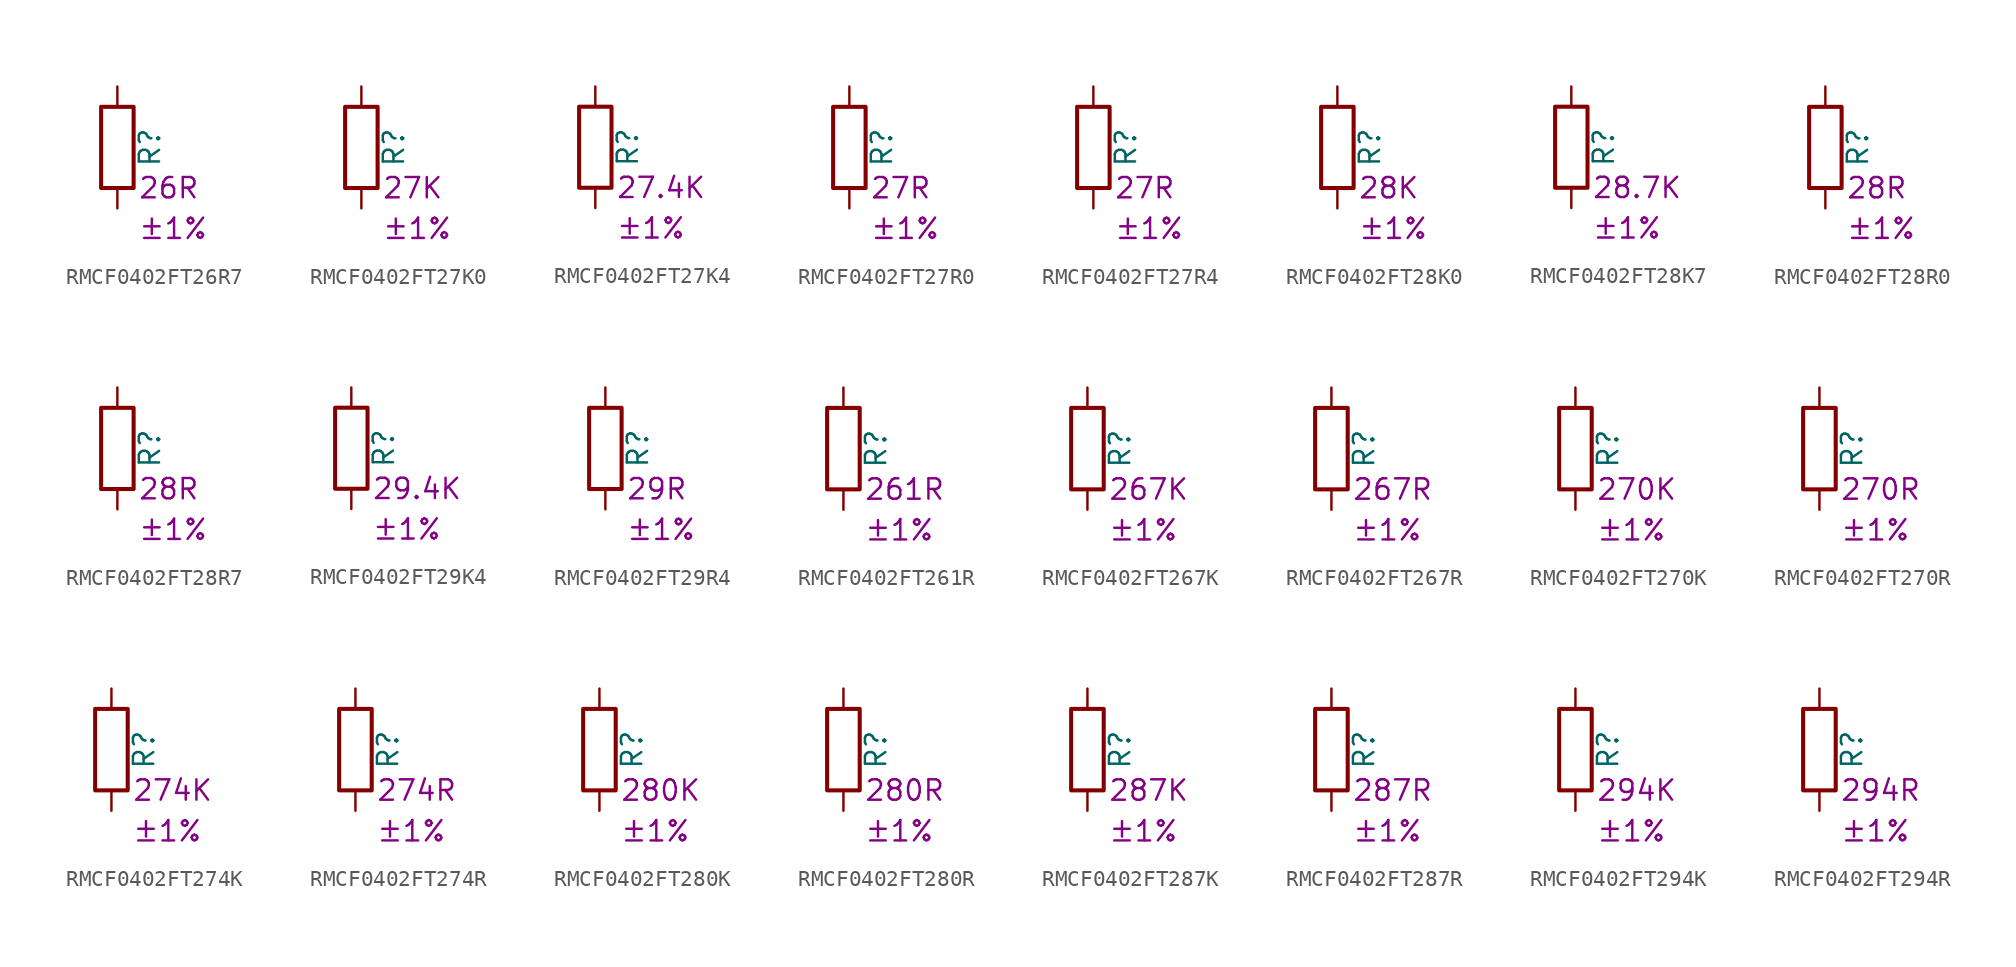
<source format=kicad_sym>
(kicad_symbol_lib
  (version 20220914)
  (generator kicad_symbol_editor)
  (symbol "RMCF0402FT26R7"
    (pin_numbers hide)
    (pin_names
      (offset 0))
    (property "Reference" "R"
      (at 2.032 0 90)
      (effects (font (size 1.27 1.27))))
    (property "Resistance" "26R"
      (at 1.27 -2.54 0)
      (effects (font (size 1.27 1.27)) (justify left)))
    (property "Tolerance" "±1%"
      (at 1.27 -5.08 0)
      (effects (font (size 1.27 1.27)) (justify left)))
    (symbol "RMCF0402FT26R7_0_1"
      (rectangle (start -1.016 -2.54) (end 1.016 2.54) (stroke (width 0.254) (type default)) (fill (type none))))
    (symbol "RMCF0402FT26R7_1_1"
      (pin passive line (at 0 3.81 270) (length 1.27) (name "~" (effects (font (size 1.27 1.27)))) (number "1" (effects (font (size 1.27 1.27)))))
      (pin passive line (at 0 -3.81 90) (length 1.27) (name "~" (effects (font (size 1.27 1.27)))) (number "2" (effects (font (size 1.27 1.27)))))))
  (symbol "RMCF0402FT27K0"
    (pin_numbers hide)
    (pin_names
      (offset 0))
    (property "Reference" "R"
      (at 2.032 0 90)
      (effects (font (size 1.27 1.27))))
    (property "Resistance" "27K"
      (at 1.27 -2.54 0)
      (effects (font (size 1.27 1.27)) (justify left)))
    (property "Tolerance" "±1%"
      (at 1.27 -5.08 0)
      (effects (font (size 1.27 1.27)) (justify left)))
    (symbol "RMCF0402FT27K0_0_1"
      (rectangle (start -1.016 -2.54) (end 1.016 2.54) (stroke (width 0.254) (type default)) (fill (type none))))
    (symbol "RMCF0402FT27K0_1_1"
      (pin passive line (at 0 3.81 270) (length 1.27) (name "~" (effects (font (size 1.27 1.27)))) (number "1" (effects (font (size 1.27 1.27)))))
      (pin passive line (at 0 -3.81 90) (length 1.27) (name "~" (effects (font (size 1.27 1.27)))) (number "2" (effects (font (size 1.27 1.27)))))))
  (symbol "RMCF0402FT27K4"
    (pin_numbers hide)
    (pin_names
      (offset 0))
    (property "Reference" "R"
      (at 2.032 0 90)
      (effects (font (size 1.27 1.27))))
    (property "Resistance" "27.4K"
      (at 1.27 -2.54 0)
      (effects (font (size 1.27 1.27)) (justify left)))
    (property "Tolerance" "±1%"
      (at 1.27 -5.08 0)
      (effects (font (size 1.27 1.27)) (justify left)))
    (symbol "RMCF0402FT27K4_0_1"
      (rectangle (start -1.016 -2.54) (end 1.016 2.54) (stroke (width 0.254) (type default)) (fill (type none))))
    (symbol "RMCF0402FT27K4_1_1"
      (pin passive line (at 0 3.81 270) (length 1.27) (name "~" (effects (font (size 1.27 1.27)))) (number "1" (effects (font (size 1.27 1.27)))))
      (pin passive line (at 0 -3.81 90) (length 1.27) (name "~" (effects (font (size 1.27 1.27)))) (number "2" (effects (font (size 1.27 1.27)))))))
  (symbol "RMCF0402FT27R0"
    (pin_numbers hide)
    (pin_names
      (offset 0))
    (property "Reference" "R"
      (at 2.032 0 90)
      (effects (font (size 1.27 1.27))))
    (property "Resistance" "27R"
      (at 1.27 -2.54 0)
      (effects (font (size 1.27 1.27)) (justify left)))
    (property "Tolerance" "±1%"
      (at 1.27 -5.08 0)
      (effects (font (size 1.27 1.27)) (justify left)))
    (symbol "RMCF0402FT27R0_0_1"
      (rectangle (start -1.016 -2.54) (end 1.016 2.54) (stroke (width 0.254) (type default)) (fill (type none))))
    (symbol "RMCF0402FT27R0_1_1"
      (pin passive line (at 0 3.81 270) (length 1.27) (name "~" (effects (font (size 1.27 1.27)))) (number "1" (effects (font (size 1.27 1.27)))))
      (pin passive line (at 0 -3.81 90) (length 1.27) (name "~" (effects (font (size 1.27 1.27)))) (number "2" (effects (font (size 1.27 1.27)))))))
  (symbol "RMCF0402FT27R4"
    (pin_numbers hide)
    (pin_names
      (offset 0))
    (property "Reference" "R"
      (at 2.032 0 90)
      (effects (font (size 1.27 1.27))))
    (property "Resistance" "27R"
      (at 1.27 -2.54 0)
      (effects (font (size 1.27 1.27)) (justify left)))
    (property "Tolerance" "±1%"
      (at 1.27 -5.08 0)
      (effects (font (size 1.27 1.27)) (justify left)))
    (symbol "RMCF0402FT27R4_0_1"
      (rectangle (start -1.016 -2.54) (end 1.016 2.54) (stroke (width 0.254) (type default)) (fill (type none))))
    (symbol "RMCF0402FT27R4_1_1"
      (pin passive line (at 0 3.81 270) (length 1.27) (name "~" (effects (font (size 1.27 1.27)))) (number "1" (effects (font (size 1.27 1.27)))))
      (pin passive line (at 0 -3.81 90) (length 1.27) (name "~" (effects (font (size 1.27 1.27)))) (number "2" (effects (font (size 1.27 1.27)))))))
  (symbol "RMCF0402FT28K0"
    (pin_numbers hide)
    (pin_names
      (offset 0))
    (property "Reference" "R"
      (at 2.032 0 90)
      (effects (font (size 1.27 1.27))))
    (property "Resistance" "28K"
      (at 1.27 -2.54 0)
      (effects (font (size 1.27 1.27)) (justify left)))
    (property "Tolerance" "±1%"
      (at 1.27 -5.08 0)
      (effects (font (size 1.27 1.27)) (justify left)))
    (symbol "RMCF0402FT28K0_0_1"
      (rectangle (start -1.016 -2.54) (end 1.016 2.54) (stroke (width 0.254) (type default)) (fill (type none))))
    (symbol "RMCF0402FT28K0_1_1"
      (pin passive line (at 0 3.81 270) (length 1.27) (name "~" (effects (font (size 1.27 1.27)))) (number "1" (effects (font (size 1.27 1.27)))))
      (pin passive line (at 0 -3.81 90) (length 1.27) (name "~" (effects (font (size 1.27 1.27)))) (number "2" (effects (font (size 1.27 1.27)))))))
  (symbol "RMCF0402FT28K7"
    (pin_numbers hide)
    (pin_names
      (offset 0))
    (property "Reference" "R"
      (at 2.032 0 90)
      (effects (font (size 1.27 1.27))))
    (property "Resistance" "28.7K"
      (at 1.27 -2.54 0)
      (effects (font (size 1.27 1.27)) (justify left)))
    (property "Tolerance" "±1%"
      (at 1.27 -5.08 0)
      (effects (font (size 1.27 1.27)) (justify left)))
    (symbol "RMCF0402FT28K7_0_1"
      (rectangle (start -1.016 -2.54) (end 1.016 2.54) (stroke (width 0.254) (type default)) (fill (type none))))
    (symbol "RMCF0402FT28K7_1_1"
      (pin passive line (at 0 3.81 270) (length 1.27) (name "~" (effects (font (size 1.27 1.27)))) (number "1" (effects (font (size 1.27 1.27)))))
      (pin passive line (at 0 -3.81 90) (length 1.27) (name "~" (effects (font (size 1.27 1.27)))) (number "2" (effects (font (size 1.27 1.27)))))))
  (symbol "RMCF0402FT28R0"
    (pin_numbers hide)
    (pin_names
      (offset 0))
    (property "Reference" "R"
      (at 2.032 0 90)
      (effects (font (size 1.27 1.27))))
    (property "Resistance" "28R"
      (at 1.27 -2.54 0)
      (effects (font (size 1.27 1.27)) (justify left)))
    (property "Tolerance" "±1%"
      (at 1.27 -5.08 0)
      (effects (font (size 1.27 1.27)) (justify left)))
    (symbol "RMCF0402FT28R0_0_1"
      (rectangle (start -1.016 -2.54) (end 1.016 2.54) (stroke (width 0.254) (type default)) (fill (type none))))
    (symbol "RMCF0402FT28R0_1_1"
      (pin passive line (at 0 3.81 270) (length 1.27) (name "~" (effects (font (size 1.27 1.27)))) (number "1" (effects (font (size 1.27 1.27)))))
      (pin passive line (at 0 -3.81 90) (length 1.27) (name "~" (effects (font (size 1.27 1.27)))) (number "2" (effects (font (size 1.27 1.27)))))))
  (symbol "RMCF0402FT28R7"
    (pin_numbers hide)
    (pin_names
      (offset 0))
    (property "Reference" "R"
      (at 2.032 0 90)
      (effects (font (size 1.27 1.27))))
    (property "Resistance" "28R"
      (at 1.27 -2.54 0)
      (effects (font (size 1.27 1.27)) (justify left)))
    (property "Tolerance" "±1%"
      (at 1.27 -5.08 0)
      (effects (font (size 1.27 1.27)) (justify left)))
    (symbol "RMCF0402FT28R7_0_1"
      (rectangle (start -1.016 -2.54) (end 1.016 2.54) (stroke (width 0.254) (type default)) (fill (type none))))
    (symbol "RMCF0402FT28R7_1_1"
      (pin passive line (at 0 3.81 270) (length 1.27) (name "~" (effects (font (size 1.27 1.27)))) (number "1" (effects (font (size 1.27 1.27)))))
      (pin passive line (at 0 -3.81 90) (length 1.27) (name "~" (effects (font (size 1.27 1.27)))) (number "2" (effects (font (size 1.27 1.27)))))))
  (symbol "RMCF0402FT29K4"
    (pin_numbers hide)
    (pin_names
      (offset 0))
    (property "Reference" "R"
      (at 2.032 0 90)
      (effects (font (size 1.27 1.27))))
    (property "Resistance" "29.4K"
      (at 1.27 -2.54 0)
      (effects (font (size 1.27 1.27)) (justify left)))
    (property "Tolerance" "±1%"
      (at 1.27 -5.08 0)
      (effects (font (size 1.27 1.27)) (justify left)))
    (symbol "RMCF0402FT29K4_0_1"
      (rectangle (start -1.016 -2.54) (end 1.016 2.54) (stroke (width 0.254) (type default)) (fill (type none))))
    (symbol "RMCF0402FT29K4_1_1"
      (pin passive line (at 0 3.81 270) (length 1.27) (name "~" (effects (font (size 1.27 1.27)))) (number "1" (effects (font (size 1.27 1.27)))))
      (pin passive line (at 0 -3.81 90) (length 1.27) (name "~" (effects (font (size 1.27 1.27)))) (number "2" (effects (font (size 1.27 1.27)))))))
  (symbol "RMCF0402FT29R4"
    (pin_numbers hide)
    (pin_names
      (offset 0))
    (property "Reference" "R"
      (at 2.032 0 90)
      (effects (font (size 1.27 1.27))))
    (property "Resistance" "29R"
      (at 1.27 -2.54 0)
      (effects (font (size 1.27 1.27)) (justify left)))
    (property "Tolerance" "±1%"
      (at 1.27 -5.08 0)
      (effects (font (size 1.27 1.27)) (justify left)))
    (symbol "RMCF0402FT29R4_0_1"
      (rectangle (start -1.016 -2.54) (end 1.016 2.54) (stroke (width 0.254) (type default)) (fill (type none))))
    (symbol "RMCF0402FT29R4_1_1"
      (pin passive line (at 0 3.81 270) (length 1.27) (name "~" (effects (font (size 1.27 1.27)))) (number "1" (effects (font (size 1.27 1.27)))))
      (pin passive line (at 0 -3.81 90) (length 1.27) (name "~" (effects (font (size 1.27 1.27)))) (number "2" (effects (font (size 1.27 1.27)))))))
  (symbol "RMCF0402FT261R"
    (pin_numbers hide)
    (pin_names
      (offset 0))
    (property "Reference" "R"
      (at 2.032 0 90)
      (effects (font (size 1.27 1.27))))
    (property "Resistance" "261R"
      (at 1.27 -2.54 0)
      (effects (font (size 1.27 1.27)) (justify left)))
    (property "Tolerance" "±1%"
      (at 1.27 -5.08 0)
      (effects (font (size 1.27 1.27)) (justify left)))
    (symbol "RMCF0402FT261R_0_1"
      (rectangle (start -1.016 -2.54) (end 1.016 2.54) (stroke (width 0.254) (type default)) (fill (type none))))
    (symbol "RMCF0402FT261R_1_1"
      (pin passive line (at 0 3.81 270) (length 1.27) (name "~" (effects (font (size 1.27 1.27)))) (number "1" (effects (font (size 1.27 1.27)))))
      (pin passive line (at 0 -3.81 90) (length 1.27) (name "~" (effects (font (size 1.27 1.27)))) (number "2" (effects (font (size 1.27 1.27)))))))
  (symbol "RMCF0402FT267K"
    (pin_numbers hide)
    (pin_names
      (offset 0))
    (property "Reference" "R"
      (at 2.032 0 90)
      (effects (font (size 1.27 1.27))))
    (property "Resistance" "267K"
      (at 1.27 -2.54 0)
      (effects (font (size 1.27 1.27)) (justify left)))
    (property "Tolerance" "±1%"
      (at 1.27 -5.08 0)
      (effects (font (size 1.27 1.27)) (justify left)))
    (symbol "RMCF0402FT267K_0_1"
      (rectangle (start -1.016 -2.54) (end 1.016 2.54) (stroke (width 0.254) (type default)) (fill (type none))))
    (symbol "RMCF0402FT267K_1_1"
      (pin passive line (at 0 3.81 270) (length 1.27) (name "~" (effects (font (size 1.27 1.27)))) (number "1" (effects (font (size 1.27 1.27)))))
      (pin passive line (at 0 -3.81 90) (length 1.27) (name "~" (effects (font (size 1.27 1.27)))) (number "2" (effects (font (size 1.27 1.27)))))))
  (symbol "RMCF0402FT267R"
    (pin_numbers hide)
    (pin_names
      (offset 0))
    (property "Reference" "R"
      (at 2.032 0 90)
      (effects (font (size 1.27 1.27))))
    (property "Resistance" "267R"
      (at 1.27 -2.54 0)
      (effects (font (size 1.27 1.27)) (justify left)))
    (property "Tolerance" "±1%"
      (at 1.27 -5.08 0)
      (effects (font (size 1.27 1.27)) (justify left)))
    (symbol "RMCF0402FT267R_0_1"
      (rectangle (start -1.016 -2.54) (end 1.016 2.54) (stroke (width 0.254) (type default)) (fill (type none))))
    (symbol "RMCF0402FT267R_1_1"
      (pin passive line (at 0 3.81 270) (length 1.27) (name "~" (effects (font (size 1.27 1.27)))) (number "1" (effects (font (size 1.27 1.27)))))
      (pin passive line (at 0 -3.81 90) (length 1.27) (name "~" (effects (font (size 1.27 1.27)))) (number "2" (effects (font (size 1.27 1.27)))))))
  (symbol "RMCF0402FT270K"
    (pin_numbers hide)
    (pin_names
      (offset 0))
    (property "Reference" "R"
      (at 2.032 0 90)
      (effects (font (size 1.27 1.27))))
    (property "Resistance" "270K"
      (at 1.27 -2.54 0)
      (effects (font (size 1.27 1.27)) (justify left)))
    (property "Tolerance" "±1%"
      (at 1.27 -5.08 0)
      (effects (font (size 1.27 1.27)) (justify left)))
    (symbol "RMCF0402FT270K_0_1"
      (rectangle (start -1.016 -2.54) (end 1.016 2.54) (stroke (width 0.254) (type default)) (fill (type none))))
    (symbol "RMCF0402FT270K_1_1"
      (pin passive line (at 0 3.81 270) (length 1.27) (name "~" (effects (font (size 1.27 1.27)))) (number "1" (effects (font (size 1.27 1.27)))))
      (pin passive line (at 0 -3.81 90) (length 1.27) (name "~" (effects (font (size 1.27 1.27)))) (number "2" (effects (font (size 1.27 1.27)))))))
  (symbol "RMCF0402FT270R"
    (pin_numbers hide)
    (pin_names
      (offset 0))
    (property "Reference" "R"
      (at 2.032 0 90)
      (effects (font (size 1.27 1.27))))
    (property "Resistance" "270R"
      (at 1.27 -2.54 0)
      (effects (font (size 1.27 1.27)) (justify left)))
    (property "Tolerance" "±1%"
      (at 1.27 -5.08 0)
      (effects (font (size 1.27 1.27)) (justify left)))
    (symbol "RMCF0402FT270R_0_1"
      (rectangle (start -1.016 -2.54) (end 1.016 2.54) (stroke (width 0.254) (type default)) (fill (type none))))
    (symbol "RMCF0402FT270R_1_1"
      (pin passive line (at 0 3.81 270) (length 1.27) (name "~" (effects (font (size 1.27 1.27)))) (number "1" (effects (font (size 1.27 1.27)))))
      (pin passive line (at 0 -3.81 90) (length 1.27) (name "~" (effects (font (size 1.27 1.27)))) (number "2" (effects (font (size 1.27 1.27)))))))
  (symbol "RMCF0402FT274K"
    (pin_numbers hide)
    (pin_names
      (offset 0))
    (property "Reference" "R"
      (at 2.032 0 90)
      (effects (font (size 1.27 1.27))))
    (property "Resistance" "274K"
      (at 1.27 -2.54 0)
      (effects (font (size 1.27 1.27)) (justify left)))
    (property "Tolerance" "±1%"
      (at 1.27 -5.08 0)
      (effects (font (size 1.27 1.27)) (justify left)))
    (symbol "RMCF0402FT274K_0_1"
      (rectangle (start -1.016 -2.54) (end 1.016 2.54) (stroke (width 0.254) (type default)) (fill (type none))))
    (symbol "RMCF0402FT274K_1_1"
      (pin passive line (at 0 3.81 270) (length 1.27) (name "~" (effects (font (size 1.27 1.27)))) (number "1" (effects (font (size 1.27 1.27)))))
      (pin passive line (at 0 -3.81 90) (length 1.27) (name "~" (effects (font (size 1.27 1.27)))) (number "2" (effects (font (size 1.27 1.27)))))))
  (symbol "RMCF0402FT274R"
    (pin_numbers hide)
    (pin_names
      (offset 0))
    (property "Reference" "R"
      (at 2.032 0 90)
      (effects (font (size 1.27 1.27))))
    (property "Resistance" "274R"
      (at 1.27 -2.54 0)
      (effects (font (size 1.27 1.27)) (justify left)))
    (property "Tolerance" "±1%"
      (at 1.27 -5.08 0)
      (effects (font (size 1.27 1.27)) (justify left)))
    (symbol "RMCF0402FT274R_0_1"
      (rectangle (start -1.016 -2.54) (end 1.016 2.54) (stroke (width 0.254) (type default)) (fill (type none))))
    (symbol "RMCF0402FT274R_1_1"
      (pin passive line (at 0 3.81 270) (length 1.27) (name "~" (effects (font (size 1.27 1.27)))) (number "1" (effects (font (size 1.27 1.27)))))
      (pin passive line (at 0 -3.81 90) (length 1.27) (name "~" (effects (font (size 1.27 1.27)))) (number "2" (effects (font (size 1.27 1.27)))))))
  (symbol "RMCF0402FT280K"
    (pin_numbers hide)
    (pin_names
      (offset 0))
    (property "Reference" "R"
      (at 2.032 0 90)
      (effects (font (size 1.27 1.27))))
    (property "Resistance" "280K"
      (at 1.27 -2.54 0)
      (effects (font (size 1.27 1.27)) (justify left)))
    (property "Tolerance" "±1%"
      (at 1.27 -5.08 0)
      (effects (font (size 1.27 1.27)) (justify left)))
    (symbol "RMCF0402FT280K_0_1"
      (rectangle (start -1.016 -2.54) (end 1.016 2.54) (stroke (width 0.254) (type default)) (fill (type none))))
    (symbol "RMCF0402FT280K_1_1"
      (pin passive line (at 0 3.81 270) (length 1.27) (name "~" (effects (font (size 1.27 1.27)))) (number "1" (effects (font (size 1.27 1.27)))))
      (pin passive line (at 0 -3.81 90) (length 1.27) (name "~" (effects (font (size 1.27 1.27)))) (number "2" (effects (font (size 1.27 1.27)))))))
  (symbol "RMCF0402FT280R"
    (pin_numbers hide)
    (pin_names
      (offset 0))
    (property "Reference" "R"
      (at 2.032 0 90)
      (effects (font (size 1.27 1.27))))
    (property "Resistance" "280R"
      (at 1.27 -2.54 0)
      (effects (font (size 1.27 1.27)) (justify left)))
    (property "Tolerance" "±1%"
      (at 1.27 -5.08 0)
      (effects (font (size 1.27 1.27)) (justify left)))
    (symbol "RMCF0402FT280R_0_1"
      (rectangle (start -1.016 -2.54) (end 1.016 2.54) (stroke (width 0.254) (type default)) (fill (type none))))
    (symbol "RMCF0402FT280R_1_1"
      (pin passive line (at 0 3.81 270) (length 1.27) (name "~" (effects (font (size 1.27 1.27)))) (number "1" (effects (font (size 1.27 1.27)))))
      (pin passive line (at 0 -3.81 90) (length 1.27) (name "~" (effects (font (size 1.27 1.27)))) (number "2" (effects (font (size 1.27 1.27)))))))
  (symbol "RMCF0402FT287K"
    (pin_numbers hide)
    (pin_names
      (offset 0))
    (property "Reference" "R"
      (at 2.032 0 90)
      (effects (font (size 1.27 1.27))))
    (property "Resistance" "287K"
      (at 1.27 -2.54 0)
      (effects (font (size 1.27 1.27)) (justify left)))
    (property "Tolerance" "±1%"
      (at 1.27 -5.08 0)
      (effects (font (size 1.27 1.27)) (justify left)))
    (symbol "RMCF0402FT287K_0_1"
      (rectangle (start -1.016 -2.54) (end 1.016 2.54) (stroke (width 0.254) (type default)) (fill (type none))))
    (symbol "RMCF0402FT287K_1_1"
      (pin passive line (at 0 3.81 270) (length 1.27) (name "~" (effects (font (size 1.27 1.27)))) (number "1" (effects (font (size 1.27 1.27)))))
      (pin passive line (at 0 -3.81 90) (length 1.27) (name "~" (effects (font (size 1.27 1.27)))) (number "2" (effects (font (size 1.27 1.27)))))))
  (symbol "RMCF0402FT287R"
    (pin_numbers hide)
    (pin_names
      (offset 0))
    (property "Reference" "R"
      (at 2.032 0 90)
      (effects (font (size 1.27 1.27))))
    (property "Resistance" "287R"
      (at 1.27 -2.54 0)
      (effects (font (size 1.27 1.27)) (justify left)))
    (property "Tolerance" "±1%"
      (at 1.27 -5.08 0)
      (effects (font (size 1.27 1.27)) (justify left)))
    (symbol "RMCF0402FT287R_0_1"
      (rectangle (start -1.016 -2.54) (end 1.016 2.54) (stroke (width 0.254) (type default)) (fill (type none))))
    (symbol "RMCF0402FT287R_1_1"
      (pin passive line (at 0 3.81 270) (length 1.27) (name "~" (effects (font (size 1.27 1.27)))) (number "1" (effects (font (size 1.27 1.27)))))
      (pin passive line (at 0 -3.81 90) (length 1.27) (name "~" (effects (font (size 1.27 1.27)))) (number "2" (effects (font (size 1.27 1.27)))))))
  (symbol "RMCF0402FT294K"
    (pin_numbers hide)
    (pin_names
      (offset 0))
    (property "Reference" "R"
      (at 2.032 0 90)
      (effects (font (size 1.27 1.27))))
    (property "Resistance" "294K"
      (at 1.27 -2.54 0)
      (effects (font (size 1.27 1.27)) (justify left)))
    (property "Tolerance" "±1%"
      (at 1.27 -5.08 0)
      (effects (font (size 1.27 1.27)) (justify left)))
    (symbol "RMCF0402FT294K_0_1"
      (rectangle (start -1.016 -2.54) (end 1.016 2.54) (stroke (width 0.254) (type default)) (fill (type none))))
    (symbol "RMCF0402FT294K_1_1"
      (pin passive line (at 0 3.81 270) (length 1.27) (name "~" (effects (font (size 1.27 1.27)))) (number "1" (effects (font (size 1.27 1.27)))))
      (pin passive line (at 0 -3.81 90) (length 1.27) (name "~" (effects (font (size 1.27 1.27)))) (number "2" (effects (font (size 1.27 1.27)))))))
  (symbol "RMCF0402FT294R"
    (pin_numbers hide)
    (pin_names
      (offset 0))
    (property "Reference" "R"
      (at 2.032 0 90)
      (effects (font (size 1.27 1.27))))
    (property "Resistance" "294R"
      (at 1.27 -2.54 0)
      (effects (font (size 1.27 1.27)) (justify left)))
    (property "Tolerance" "±1%"
      (at 1.27 -5.08 0)
      (effects (font (size 1.27 1.27)) (justify left)))
    (symbol "RMCF0402FT294R_0_1"
      (rectangle (start -1.016 -2.54) (end 1.016 2.54) (stroke (width 0.254) (type default)) (fill (type none))))
    (symbol "RMCF0402FT294R_1_1"
      (pin passive line (at 0 3.81 270) (length 1.27) (name "~" (effects (font (size 1.27 1.27)))) (number "1" (effects (font (size 1.27 1.27)))))
      (pin passive line (at 0 -3.81 90) (length 1.27) (name "~" (effects (font (size 1.27 1.27)))) (number "2" (effects (font (size 1.27 1.27))))))))
</source>
